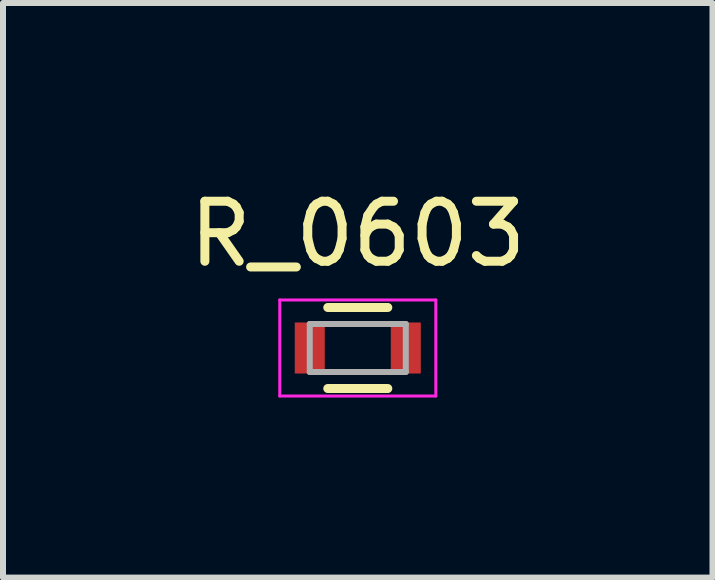
<source format=kicad_pcb>
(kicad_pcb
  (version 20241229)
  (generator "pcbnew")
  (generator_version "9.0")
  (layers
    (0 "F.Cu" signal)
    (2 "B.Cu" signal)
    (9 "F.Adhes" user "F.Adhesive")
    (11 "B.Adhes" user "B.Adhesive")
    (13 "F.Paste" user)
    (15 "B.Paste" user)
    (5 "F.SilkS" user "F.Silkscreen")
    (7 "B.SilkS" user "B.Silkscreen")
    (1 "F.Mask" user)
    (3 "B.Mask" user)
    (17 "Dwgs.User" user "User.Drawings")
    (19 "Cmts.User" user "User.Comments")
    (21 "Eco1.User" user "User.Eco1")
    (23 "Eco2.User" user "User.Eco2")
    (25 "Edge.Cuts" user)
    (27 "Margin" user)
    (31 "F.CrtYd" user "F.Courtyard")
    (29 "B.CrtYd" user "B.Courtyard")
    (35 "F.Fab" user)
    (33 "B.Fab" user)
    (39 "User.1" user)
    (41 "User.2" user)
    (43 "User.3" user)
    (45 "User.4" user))
  (footprint "R_0603"
    (layer "F.Cu")
    (at 2.911 2.748)
    (property "Reference" "R_0603" (at 0 -1.9 0) (layer "F.SilkS") (effects (font (size 1 1) (thickness 0.15))))
    (attr smd)
    (fp_line (start -0.5 -0.675) (end 0.5 -0.675) (stroke (width 0.15) (type solid)) (layer "F.SilkS"))
    (fp_line (start 0.5 0.675) (end -0.5 0.675) (stroke (width 0.15) (type solid)) (layer "F.SilkS"))
    (fp_line (start -1.3 -0.8) (end -1.3 0.8) (stroke (width 0.05) (type solid)) (layer "F.CrtYd"))
    (fp_line (start -1.3 -0.8) (end 1.3 -0.8) (stroke (width 0.05) (type solid)) (layer "F.CrtYd"))
    (fp_line (start -1.3 0.8) (end 1.3 0.8) (stroke (width 0.05) (type solid)) (layer "F.CrtYd"))
    (fp_line (start 1.3 -0.8) (end 1.3 0.8) (stroke (width 0.05) (type solid)) (layer "F.CrtYd"))
    (fp_line (start -0.8 -0.4) (end 0.8 -0.4) (stroke (width 0.1) (type solid)) (layer "F.Fab"))
    (fp_line (start -0.8 0.4) (end -0.8 -0.4) (stroke (width 0.1) (type solid)) (layer "F.Fab"))
    (fp_line (start 0.8 -0.4) (end 0.8 0.4) (stroke (width 0.1) (type solid)) (layer "F.Fab"))
    (fp_line (start 0.8 0.4) (end -0.8 0.4) (stroke (width 0.1) (type solid)) (layer "F.Fab"))
    (pad "1" smd rect (at -0.8 0) (size 0.5 0.85) (layers "F.Cu" "F.Mask" "F.Paste"))
    (pad "2" smd rect (at 0.8 0) (size 0.5 0.85) (layers "F.Cu" "F.Mask" "F.Paste")))
  (gr_rect
    (start -3 -3)
    (end 8.821 6.573)
    (stroke (width 0.1) (type default))
    (fill no)
    (layer "Edge.Cuts")))
</source>
